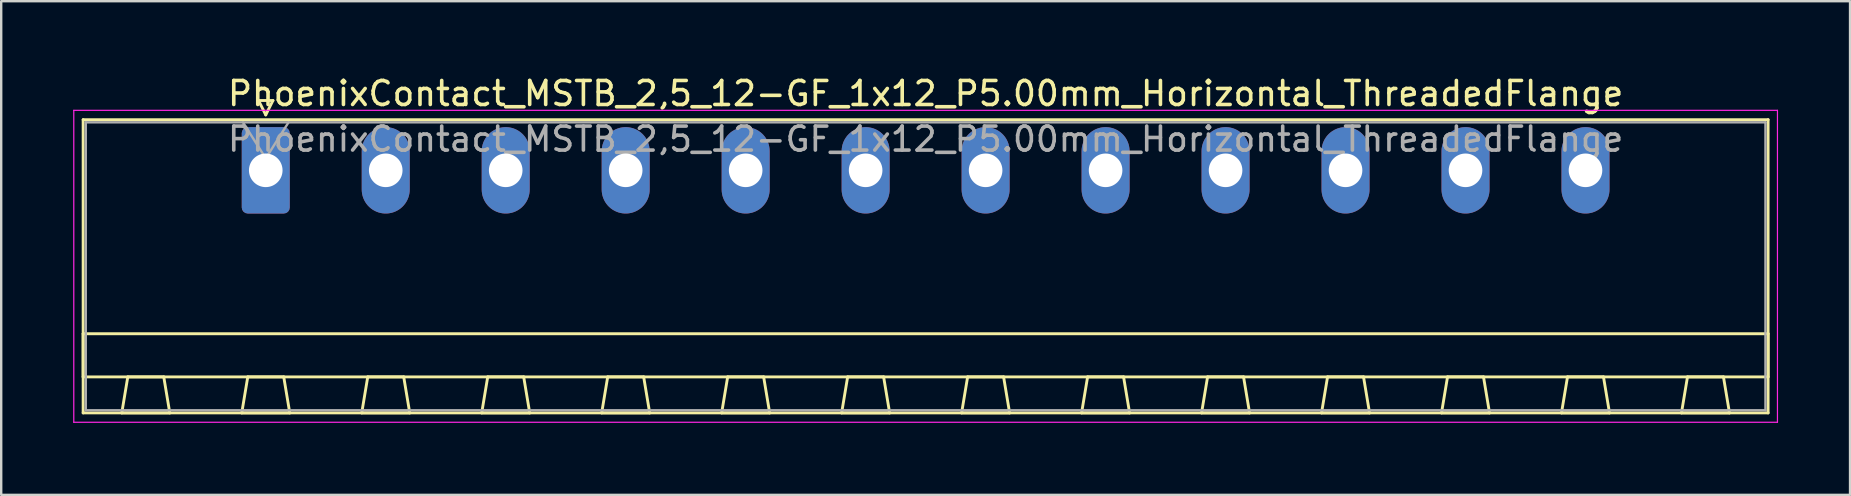
<source format=kicad_pcb>
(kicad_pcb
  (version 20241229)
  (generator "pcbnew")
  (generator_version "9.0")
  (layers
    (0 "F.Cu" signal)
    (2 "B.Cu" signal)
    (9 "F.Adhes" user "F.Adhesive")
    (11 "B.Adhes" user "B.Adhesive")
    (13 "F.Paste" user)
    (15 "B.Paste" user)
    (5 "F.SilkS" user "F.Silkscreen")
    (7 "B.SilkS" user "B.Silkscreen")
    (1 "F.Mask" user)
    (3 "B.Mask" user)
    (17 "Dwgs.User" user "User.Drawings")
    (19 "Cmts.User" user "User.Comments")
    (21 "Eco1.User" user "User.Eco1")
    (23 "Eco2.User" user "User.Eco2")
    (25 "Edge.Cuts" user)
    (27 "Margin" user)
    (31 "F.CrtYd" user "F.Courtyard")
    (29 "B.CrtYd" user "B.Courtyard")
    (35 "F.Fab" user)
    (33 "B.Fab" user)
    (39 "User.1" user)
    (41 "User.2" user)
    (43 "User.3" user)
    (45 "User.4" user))
  (footprint "PhoenixContact_MSTB_2,5_12-GF_1x12_P5.00mm_Horizontal_ThreadedFlange"
    (layer "F.Cu")
    (at 8.025 4.048)
    (property "Reference" "PhoenixContact_MSTB_2,5_12-GF_1x12_P5.00mm_Horizontal_ThreadedFlange" (at 27.5 -3.2 0) (layer "F.SilkS") (effects (font (size 1 1) (thickness 0.15))))
    (attr through_hole)
    (fp_line (start -7.61 -2.11) (end -7.61 10.11) (stroke (width 0.12) (type solid)) (layer "F.SilkS"))
    (fp_line (start -7.61 6.81) (end 62.61 6.81) (stroke (width 0.12) (type solid)) (layer "F.SilkS"))
    (fp_line (start -7.61 8.61) (end -7.61 6.81) (stroke (width 0.12) (type solid)) (layer "F.SilkS"))
    (fp_line (start -7.61 10.11) (end 62.61 10.11) (stroke (width 0.12) (type solid)) (layer "F.SilkS"))
    (fp_line (start -6 10.11) (end -4 10.11) (stroke (width 0.12) (type solid)) (layer "F.SilkS"))
    (fp_line (start -5.75 8.61) (end -6 10.11) (stroke (width 0.12) (type solid)) (layer "F.SilkS"))
    (fp_line (start -4.25 8.61) (end -5.75 8.61) (stroke (width 0.12) (type solid)) (layer "F.SilkS"))
    (fp_line (start -4 10.11) (end -4.25 8.61) (stroke (width 0.12) (type solid)) (layer "F.SilkS"))
    (fp_line (start -1 10.11) (end 1 10.11) (stroke (width 0.12) (type solid)) (layer "F.SilkS"))
    (fp_line (start -0.75 8.61) (end -1 10.11) (stroke (width 0.12) (type solid)) (layer "F.SilkS"))
    (fp_line (start -0.3 -2.91) (end 0.3 -2.91) (stroke (width 0.12) (type solid)) (layer "F.SilkS"))
    (fp_line (start 0 -2.31) (end -0.3 -2.91) (stroke (width 0.12) (type solid)) (layer "F.SilkS"))
    (fp_line (start 0.3 -2.91) (end 0 -2.31) (stroke (width 0.12) (type solid)) (layer "F.SilkS"))
    (fp_line (start 0.75 8.61) (end -0.75 8.61) (stroke (width 0.12) (type solid)) (layer "F.SilkS"))
    (fp_line (start 1 10.11) (end 0.75 8.61) (stroke (width 0.12) (type solid)) (layer "F.SilkS"))
    (fp_line (start 4 10.11) (end 6 10.11) (stroke (width 0.12) (type solid)) (layer "F.SilkS"))
    (fp_line (start 4.25 8.61) (end 4 10.11) (stroke (width 0.12) (type solid)) (layer "F.SilkS"))
    (fp_line (start 5.75 8.61) (end 4.25 8.61) (stroke (width 0.12) (type solid)) (layer "F.SilkS"))
    (fp_line (start 6 10.11) (end 5.75 8.61) (stroke (width 0.12) (type solid)) (layer "F.SilkS"))
    (fp_line (start 9 10.11) (end 11 10.11) (stroke (width 0.12) (type solid)) (layer "F.SilkS"))
    (fp_line (start 9.25 8.61) (end 9 10.11) (stroke (width 0.12) (type solid)) (layer "F.SilkS"))
    (fp_line (start 10.75 8.61) (end 9.25 8.61) (stroke (width 0.12) (type solid)) (layer "F.SilkS"))
    (fp_line (start 11 10.11) (end 10.75 8.61) (stroke (width 0.12) (type solid)) (layer "F.SilkS"))
    (fp_line (start 14 10.11) (end 16 10.11) (stroke (width 0.12) (type solid)) (layer "F.SilkS"))
    (fp_line (start 14.25 8.61) (end 14 10.11) (stroke (width 0.12) (type solid)) (layer "F.SilkS"))
    (fp_line (start 15.75 8.61) (end 14.25 8.61) (stroke (width 0.12) (type solid)) (layer "F.SilkS"))
    (fp_line (start 16 10.11) (end 15.75 8.61) (stroke (width 0.12) (type solid)) (layer "F.SilkS"))
    (fp_line (start 19 10.11) (end 21 10.11) (stroke (width 0.12) (type solid)) (layer "F.SilkS"))
    (fp_line (start 19.25 8.61) (end 19 10.11) (stroke (width 0.12) (type solid)) (layer "F.SilkS"))
    (fp_line (start 20.75 8.61) (end 19.25 8.61) (stroke (width 0.12) (type solid)) (layer "F.SilkS"))
    (fp_line (start 21 10.11) (end 20.75 8.61) (stroke (width 0.12) (type solid)) (layer "F.SilkS"))
    (fp_line (start 24 10.11) (end 26 10.11) (stroke (width 0.12) (type solid)) (layer "F.SilkS"))
    (fp_line (start 24.25 8.61) (end 24 10.11) (stroke (width 0.12) (type solid)) (layer "F.SilkS"))
    (fp_line (start 25.75 8.61) (end 24.25 8.61) (stroke (width 0.12) (type solid)) (layer "F.SilkS"))
    (fp_line (start 26 10.11) (end 25.75 8.61) (stroke (width 0.12) (type solid)) (layer "F.SilkS"))
    (fp_line (start 29 10.11) (end 31 10.11) (stroke (width 0.12) (type solid)) (layer "F.SilkS"))
    (fp_line (start 29.25 8.61) (end 29 10.11) (stroke (width 0.12) (type solid)) (layer "F.SilkS"))
    (fp_line (start 30.75 8.61) (end 29.25 8.61) (stroke (width 0.12) (type solid)) (layer "F.SilkS"))
    (fp_line (start 31 10.11) (end 30.75 8.61) (stroke (width 0.12) (type solid)) (layer "F.SilkS"))
    (fp_line (start 34 10.11) (end 36 10.11) (stroke (width 0.12) (type solid)) (layer "F.SilkS"))
    (fp_line (start 34.25 8.61) (end 34 10.11) (stroke (width 0.12) (type solid)) (layer "F.SilkS"))
    (fp_line (start 35.75 8.61) (end 34.25 8.61) (stroke (width 0.12) (type solid)) (layer "F.SilkS"))
    (fp_line (start 36 10.11) (end 35.75 8.61) (stroke (width 0.12) (type solid)) (layer "F.SilkS"))
    (fp_line (start 39 10.11) (end 41 10.11) (stroke (width 0.12) (type solid)) (layer "F.SilkS"))
    (fp_line (start 39.25 8.61) (end 39 10.11) (stroke (width 0.12) (type solid)) (layer "F.SilkS"))
    (fp_line (start 40.75 8.61) (end 39.25 8.61) (stroke (width 0.12) (type solid)) (layer "F.SilkS"))
    (fp_line (start 41 10.11) (end 40.75 8.61) (stroke (width 0.12) (type solid)) (layer "F.SilkS"))
    (fp_line (start 44 10.11) (end 46 10.11) (stroke (width 0.12) (type solid)) (layer "F.SilkS"))
    (fp_line (start 44.25 8.61) (end 44 10.11) (stroke (width 0.12) (type solid)) (layer "F.SilkS"))
    (fp_line (start 45.75 8.61) (end 44.25 8.61) (stroke (width 0.12) (type solid)) (layer "F.SilkS"))
    (fp_line (start 46 10.11) (end 45.75 8.61) (stroke (width 0.12) (type solid)) (layer "F.SilkS"))
    (fp_line (start 49 10.11) (end 51 10.11) (stroke (width 0.12) (type solid)) (layer "F.SilkS"))
    (fp_line (start 49.25 8.61) (end 49 10.11) (stroke (width 0.12) (type solid)) (layer "F.SilkS"))
    (fp_line (start 50.75 8.61) (end 49.25 8.61) (stroke (width 0.12) (type solid)) (layer "F.SilkS"))
    (fp_line (start 51 10.11) (end 50.75 8.61) (stroke (width 0.12) (type solid)) (layer "F.SilkS"))
    (fp_line (start 54 10.11) (end 56 10.11) (stroke (width 0.12) (type solid)) (layer "F.SilkS"))
    (fp_line (start 54.25 8.61) (end 54 10.11) (stroke (width 0.12) (type solid)) (layer "F.SilkS"))
    (fp_line (start 55.75 8.61) (end 54.25 8.61) (stroke (width 0.12) (type solid)) (layer "F.SilkS"))
    (fp_line (start 56 10.11) (end 55.75 8.61) (stroke (width 0.12) (type solid)) (layer "F.SilkS"))
    (fp_line (start 59 10.11) (end 61 10.11) (stroke (width 0.12) (type solid)) (layer "F.SilkS"))
    (fp_line (start 59.25 8.61) (end 59 10.11) (stroke (width 0.12) (type solid)) (layer "F.SilkS"))
    (fp_line (start 60.75 8.61) (end 59.25 8.61) (stroke (width 0.12) (type solid)) (layer "F.SilkS"))
    (fp_line (start 61 10.11) (end 60.75 8.61) (stroke (width 0.12) (type solid)) (layer "F.SilkS"))
    (fp_line (start 62.61 -2.11) (end -7.61 -2.11) (stroke (width 0.12) (type solid)) (layer "F.SilkS"))
    (fp_line (start 62.61 6.81) (end 62.61 8.61) (stroke (width 0.12) (type solid)) (layer "F.SilkS"))
    (fp_line (start 62.61 8.61) (end -7.61 8.61) (stroke (width 0.12) (type solid)) (layer "F.SilkS"))
    (fp_line (start 62.61 10.11) (end 62.61 -2.11) (stroke (width 0.12) (type solid)) (layer "F.SilkS"))
    (fp_line (start -8 -2.5) (end -8 10.5) (stroke (width 0.05) (type solid)) (layer "F.CrtYd"))
    (fp_line (start -8 10.5) (end 63 10.5) (stroke (width 0.05) (type solid)) (layer "F.CrtYd"))
    (fp_line (start 63 -2.5) (end -8 -2.5) (stroke (width 0.05) (type solid)) (layer "F.CrtYd"))
    (fp_line (start 63 10.5) (end 63 -2.5) (stroke (width 0.05) (type solid)) (layer "F.CrtYd"))
    (fp_line (start -7.5 -2) (end -7.5 10) (stroke (width 0.1) (type solid)) (layer "F.Fab"))
    (fp_line (start -7.5 10) (end 62.5 10) (stroke (width 0.1) (type solid)) (layer "F.Fab"))
    (fp_line (start 0 -0.5) (end -0.95 -2) (stroke (width 0.1) (type solid)) (layer "F.Fab"))
    (fp_line (start 0.95 -2) (end 0 -0.5) (stroke (width 0.1) (type solid)) (layer "F.Fab"))
    (fp_line (start 62.5 -2) (end -7.5 -2) (stroke (width 0.1) (type solid)) (layer "F.Fab"))
    (fp_line (start 62.5 10) (end 62.5 -2) (stroke (width 0.1) (type solid)) (layer "F.Fab"))
    (fp_text user "${REFERENCE}" (at 27.5 -1.3 0) (layer "F.Fab") (effects (font (size 1 1) (thickness 0.15))))
    (pad "1" thru_hole roundrect (at 0 0) (size 2 3.6) (drill 1.4) (layers "*.Cu" "*.Mask") (roundrect_rratio 0.125))
    (pad "2" thru_hole oval (at 5 0) (size 2 3.6) (drill 1.4) (layers "*.Cu" "*.Mask"))
    (pad "3" thru_hole oval (at 10 0) (size 2 3.6) (drill 1.4) (layers "*.Cu" "*.Mask"))
    (pad "4" thru_hole oval (at 15 0) (size 2 3.6) (drill 1.4) (layers "*.Cu" "*.Mask"))
    (pad "5" thru_hole oval (at 20 0) (size 2 3.6) (drill 1.4) (layers "*.Cu" "*.Mask"))
    (pad "6" thru_hole oval (at 25 0) (size 2 3.6) (drill 1.4) (layers "*.Cu" "*.Mask"))
    (pad "7" thru_hole oval (at 30 0) (size 2 3.6) (drill 1.4) (layers "*.Cu" "*.Mask"))
    (pad "8" thru_hole oval (at 35 0) (size 2 3.6) (drill 1.4) (layers "*.Cu" "*.Mask"))
    (pad "9" thru_hole oval (at 40 0) (size 2 3.6) (drill 1.4) (layers "*.Cu" "*.Mask"))
    (pad "10" thru_hole oval (at 45 0) (size 2 3.6) (drill 1.4) (layers "*.Cu" "*.Mask"))
    (pad "11" thru_hole oval (at 50 0) (size 2 3.6) (drill 1.4) (layers "*.Cu" "*.Mask"))
    (pad "12" thru_hole oval (at 55 0) (size 2 3.6) (drill 1.4) (layers "*.Cu" "*.Mask")))
  (gr_rect
    (start -3 -3)
    (end 74.05 17.573)
    (stroke (width 0.1) (type default))
    (fill no)
    (layer "Edge.Cuts")))
</source>
